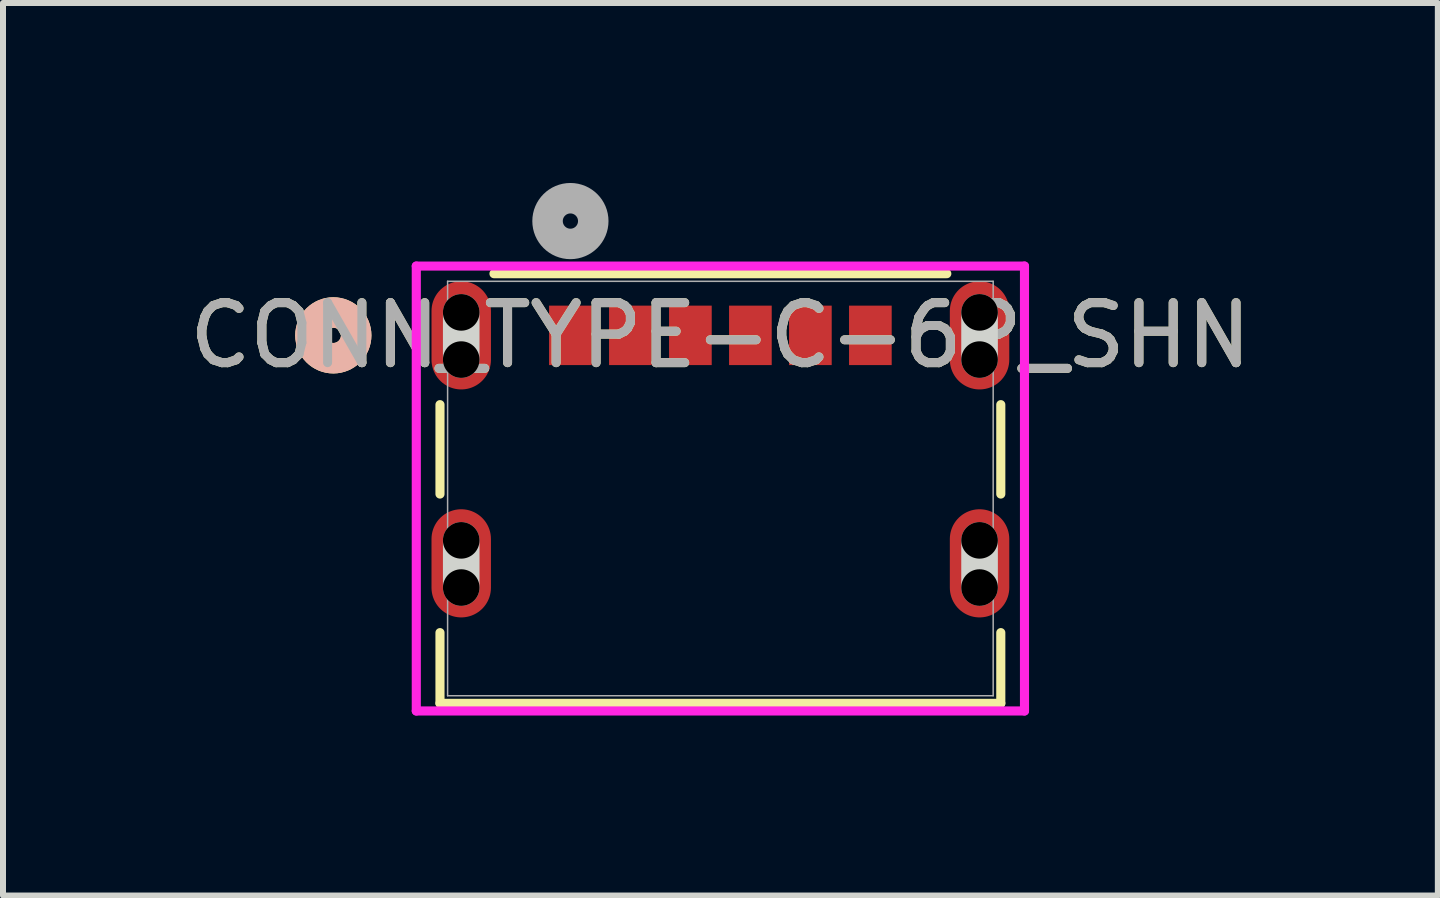
<source format=kicad_pcb>
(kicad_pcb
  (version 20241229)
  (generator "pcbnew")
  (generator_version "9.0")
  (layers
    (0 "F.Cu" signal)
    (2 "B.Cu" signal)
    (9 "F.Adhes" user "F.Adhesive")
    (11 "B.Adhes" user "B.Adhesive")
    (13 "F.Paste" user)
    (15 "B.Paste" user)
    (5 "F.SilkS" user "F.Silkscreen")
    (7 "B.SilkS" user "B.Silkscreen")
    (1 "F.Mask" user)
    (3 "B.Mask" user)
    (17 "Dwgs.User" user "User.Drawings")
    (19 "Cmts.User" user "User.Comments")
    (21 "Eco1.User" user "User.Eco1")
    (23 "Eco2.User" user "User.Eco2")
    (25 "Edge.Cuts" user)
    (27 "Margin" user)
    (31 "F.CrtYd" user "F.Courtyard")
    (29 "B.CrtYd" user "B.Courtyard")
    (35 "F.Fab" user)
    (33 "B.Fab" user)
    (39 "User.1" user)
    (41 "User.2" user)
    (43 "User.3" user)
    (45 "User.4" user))
  (footprint "CONN_TYPE-C-6P_SHN"
    (layer "F.Cu")
    (at 8.958 5.093)
    (property "Reference" "CONN_TYPE-C-6P_SHN" (at 0 -2.553 0) (unlocked yes) (layer "F.SilkS") (effects (font (size 1 1) (thickness 0.15))))
    (attr smd)
    (fp_line (start -4.674 -1.398) (end -4.674 0.092) (stroke (width 0.152) (type solid)) (layer "F.SilkS"))
    (fp_line (start -4.674 2.402) (end -4.674 3.581) (stroke (width 0.152) (type solid)) (layer "F.SilkS"))
    (fp_line (start -4.674 3.581) (end 4.674 3.581) (stroke (width 0.152) (type solid)) (layer "F.SilkS"))
    (fp_line (start 3.774 -3.581) (end -3.774 -3.581) (stroke (width 0.152) (type solid)) (layer "F.SilkS"))
    (fp_line (start 4.674 0.092) (end 4.674 -1.398) (stroke (width 0.152) (type solid)) (layer "F.SilkS"))
    (fp_line (start 4.674 3.581) (end 4.674 2.402) (stroke (width 0.152) (type solid)) (layer "F.SilkS"))
    (fp_circle (center -6.452 -2.553) (end -6.071 -2.553) (stroke (width 0.508) (type solid)) (fill no) (layer "F.SilkS"))
    (fp_circle (center -6.452 -2.553) (end -6.071 -2.553) (stroke (width 0.508) (type solid)) (fill no) (layer "B.SilkS"))
    (fp_line (start -4.32 -2.149) (end -4.32 -2.936) (stroke (width 0.61) (type solid)) (layer "Edge.Cuts"))
    (fp_line (start -4.32 1.651) (end -4.32 0.864) (stroke (width 0.61) (type solid)) (layer "Edge.Cuts"))
    (fp_line (start 4.32 -2.149) (end 4.32 -2.936) (stroke (width 0.61) (type solid)) (layer "Edge.Cuts"))
    (fp_line (start 4.32 1.651) (end 4.32 0.864) (stroke (width 0.61) (type solid)) (layer "Edge.Cuts"))
    (fp_line (start -5.069 -3.708) (end -5.069 3.708) (stroke (width 0.152) (type solid)) (layer "F.CrtYd"))
    (fp_line (start -5.069 3.708) (end 5.069 3.708) (stroke (width 0.152) (type solid)) (layer "F.CrtYd"))
    (fp_line (start 5.069 -3.708) (end -5.069 -3.708) (stroke (width 0.152) (type solid)) (layer "F.CrtYd"))
    (fp_line (start 5.069 3.708) (end 5.069 -3.708) (stroke (width 0.152) (type solid)) (layer "F.CrtYd"))
    (fp_line (start -4.547 -3.454) (end -4.547 3.454) (stroke (width 0.025) (type solid)) (layer "F.Fab"))
    (fp_line (start -4.547 3.454) (end 4.547 3.454) (stroke (width 0.025) (type solid)) (layer "F.Fab"))
    (fp_line (start 4.547 -3.454) (end -4.547 -3.454) (stroke (width 0.025) (type solid)) (layer "F.Fab"))
    (fp_line (start 4.547 3.454) (end 4.547 -3.454) (stroke (width 0.025) (type solid)) (layer "F.Fab"))
    (fp_circle (center -2.5 -4.458) (end -2.119 -4.458) (stroke (width 0.508) (type solid)) (fill no) (layer "F.Fab"))
    (fp_text user "${REFERENCE}" (at 0 -2.553 0) (unlocked yes) (layer "F.Fab") (effects (font (size 1 1) (thickness 0.15))))
    (pad "" np_thru_hole circle (at -4.32 -2.936) (size 0.61 0.61) (drill 0.61) (layers))
    (pad "" np_thru_hole circle (at -4.32 -2.149) (size 0.61 0.61) (drill 0.61) (layers))
    (pad "" np_thru_hole circle (at -4.32 0.864) (size 0.61 0.61) (drill 0.61) (layers))
    (pad "" np_thru_hole circle (at -4.32 1.651) (size 0.61 0.61) (drill 0.61) (layers))
    (pad "" np_thru_hole circle (at 4.32 -2.936) (size 0.61 0.61) (drill 0.61) (layers))
    (pad "" np_thru_hole circle (at 4.32 -2.149) (size 0.61 0.61) (drill 0.61) (layers))
    (pad "" np_thru_hole circle (at 4.32 0.864) (size 0.61 0.61) (drill 0.61) (layers))
    (pad "" np_thru_hole circle (at 4.32 1.651) (size 0.61 0.61) (drill 0.61) (layers))
    (pad "7" smd oval (at -4.32 -2.553) (size 0.991 1.803) (layers "F.Cu" "F.Mask" "F.Paste"))
    (pad "8" smd oval (at 4.32 -2.553) (size 0.991 1.803) (layers "F.Cu" "F.Mask" "F.Paste"))
    (pad "9" smd oval (at -4.32 1.247) (size 0.991 1.803) (layers "F.Cu" "F.Mask" "F.Paste"))
    (pad "10" smd oval (at 4.32 1.247) (size 0.991 1.803) (layers "F.Cu" "F.Mask" "F.Paste"))
    (pad "A5" smd rect (at -0.5 -2.553) (size 0.711 0.991) (layers "F.Cu" "F.Mask" "F.Paste"))
    (pad "A9" smd rect (at 1.5 -2.553) (size 0.711 0.991) (layers "F.Cu" "F.Mask" "F.Paste"))
    (pad "A12" smd rect (at 2.5 -2.553) (size 0.711 0.991) (layers "F.Cu" "F.Mask" "F.Paste"))
    (pad "B5" smd rect (at 0.5 -2.553) (size 0.711 0.991) (layers "F.Cu" "F.Mask" "F.Paste"))
    (pad "B9" smd rect (at -1.5 -2.553) (size 0.711 0.991) (layers "F.Cu" "F.Mask" "F.Paste"))
    (pad "B12" smd rect (at -2.5 -2.553) (size 0.711 0.991) (layers "F.Cu" "F.Mask" "F.Paste")))
  (gr_rect
    (start -3 -3)
    (end 20.917 11.877)
    (stroke (width 0.1) (type default))
    (fill no)
    (layer "Edge.Cuts")))
</source>
